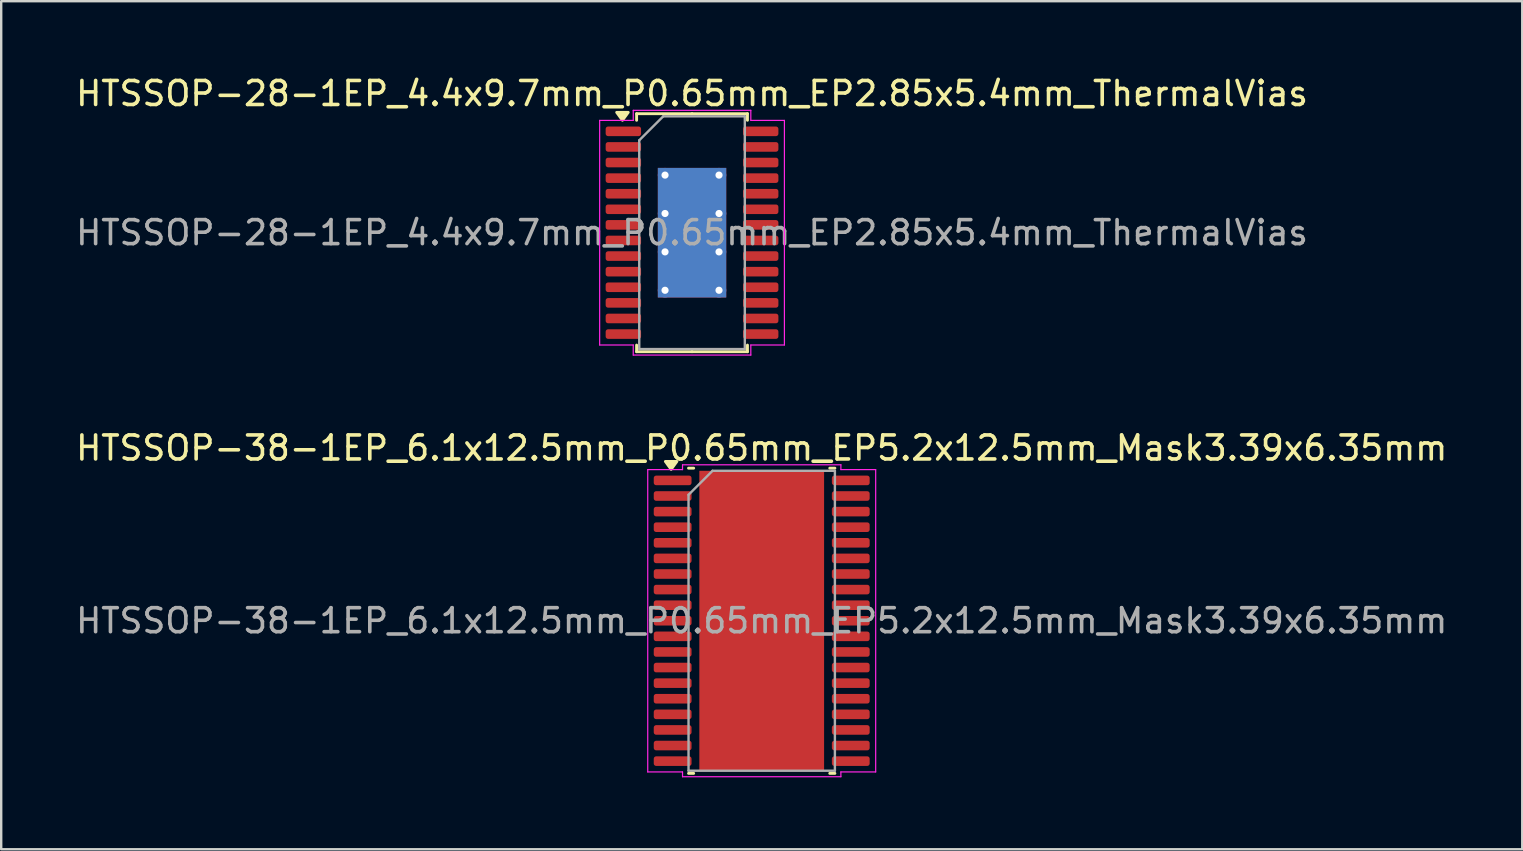
<source format=kicad_pcb>
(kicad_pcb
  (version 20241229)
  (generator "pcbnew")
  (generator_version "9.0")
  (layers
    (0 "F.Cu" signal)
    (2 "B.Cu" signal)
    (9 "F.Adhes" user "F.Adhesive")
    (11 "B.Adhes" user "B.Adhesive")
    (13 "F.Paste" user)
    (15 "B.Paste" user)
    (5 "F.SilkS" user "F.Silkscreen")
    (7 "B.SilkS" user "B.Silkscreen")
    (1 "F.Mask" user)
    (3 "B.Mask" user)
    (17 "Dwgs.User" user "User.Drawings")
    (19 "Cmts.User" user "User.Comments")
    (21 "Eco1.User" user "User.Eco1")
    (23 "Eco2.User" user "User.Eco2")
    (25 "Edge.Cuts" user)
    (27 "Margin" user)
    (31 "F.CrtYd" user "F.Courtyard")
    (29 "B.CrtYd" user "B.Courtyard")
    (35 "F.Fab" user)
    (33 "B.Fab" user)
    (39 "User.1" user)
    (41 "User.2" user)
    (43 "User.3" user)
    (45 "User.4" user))
  (footprint "HTSSOP-28-1EP_4.4x9.7mm_P0.65mm_EP2.85x5.4mm_ThermalVias"
    (layer "F.Cu")
    (at 25.792 6.648)
    (property "Reference" "HTSSOP-28-1EP_4.4x9.7mm_P0.65mm_EP2.85x5.4mm_ThermalVias" (at 0 -5.8 0) (layer "F.SilkS") (effects (font (size 1 1) (thickness 0.15))))
    (attr smd)
    (fp_line (start -2.31 -4.96) (end -2.31 -4.685) (stroke (width 0.12) (type solid)) (layer "F.SilkS"))
    (fp_line (start -2.31 4.96) (end -2.31 4.685) (stroke (width 0.12) (type solid)) (layer "F.SilkS"))
    (fp_line (start 0 -4.96) (end -2.31 -4.96) (stroke (width 0.12) (type solid)) (layer "F.SilkS"))
    (fp_line (start 0 -4.96) (end 2.31 -4.96) (stroke (width 0.12) (type solid)) (layer "F.SilkS"))
    (fp_line (start 0 4.96) (end -2.31 4.96) (stroke (width 0.12) (type solid)) (layer "F.SilkS"))
    (fp_line (start 0 4.96) (end 2.31 4.96) (stroke (width 0.12) (type solid)) (layer "F.SilkS"))
    (fp_line (start 2.31 -4.96) (end 2.31 -4.685) (stroke (width 0.12) (type solid)) (layer "F.SilkS"))
    (fp_line (start 2.31 4.96) (end 2.31 4.685) (stroke (width 0.12) (type solid)) (layer "F.SilkS"))
    (fp_poly (pts (xy -2.9 -4.685) (xy -3.14 -5.015) (xy -2.66 -5.015)) (stroke (width 0.12) (type solid)) (fill yes) (layer "F.SilkS"))
    (fp_line (start -3.85 -4.68) (end -2.45 -4.68) (stroke (width 0.05) (type solid)) (layer "F.CrtYd"))
    (fp_line (start -3.85 4.68) (end -3.85 -4.68) (stroke (width 0.05) (type solid)) (layer "F.CrtYd"))
    (fp_line (start -2.45 -5.1) (end 2.45 -5.1) (stroke (width 0.05) (type solid)) (layer "F.CrtYd"))
    (fp_line (start -2.45 -4.68) (end -2.45 -5.1) (stroke (width 0.05) (type solid)) (layer "F.CrtYd"))
    (fp_line (start -2.45 4.68) (end -3.85 4.68) (stroke (width 0.05) (type solid)) (layer "F.CrtYd"))
    (fp_line (start -2.45 5.1) (end -2.45 4.68) (stroke (width 0.05) (type solid)) (layer "F.CrtYd"))
    (fp_line (start 2.45 -5.1) (end 2.45 -4.68) (stroke (width 0.05) (type solid)) (layer "F.CrtYd"))
    (fp_line (start 2.45 -4.68) (end 3.85 -4.68) (stroke (width 0.05) (type solid)) (layer "F.CrtYd"))
    (fp_line (start 2.45 4.68) (end 2.45 5.1) (stroke (width 0.05) (type solid)) (layer "F.CrtYd"))
    (fp_line (start 2.45 5.1) (end -2.45 5.1) (stroke (width 0.05) (type solid)) (layer "F.CrtYd"))
    (fp_line (start 3.85 -4.68) (end 3.85 4.68) (stroke (width 0.05) (type solid)) (layer "F.CrtYd"))
    (fp_line (start 3.85 4.68) (end 2.45 4.68) (stroke (width 0.05) (type solid)) (layer "F.CrtYd"))
    (fp_line (start -2.2 -3.85) (end -1.2 -4.85) (stroke (width 0.1) (type solid)) (layer "F.Fab"))
    (fp_line (start -2.2 4.85) (end -2.2 -3.85) (stroke (width 0.1) (type solid)) (layer "F.Fab"))
    (fp_line (start -1.2 -4.85) (end 2.2 -4.85) (stroke (width 0.1) (type solid)) (layer "F.Fab"))
    (fp_line (start 2.2 -4.85) (end 2.2 4.85) (stroke (width 0.1) (type solid)) (layer "F.Fab"))
    (fp_line (start 2.2 4.85) (end -2.2 4.85) (stroke (width 0.1) (type solid)) (layer "F.Fab"))
    (fp_text user "${REFERENCE}" (at 0 0 0) (layer "F.Fab") (effects (font (size 1 1) (thickness 0.15))))
    (pad "" smd roundrect (at 0 -1.8) (size 2.3 1.45) (layers "F.Paste") (roundrect_rratio 0.172))
    (pad "" smd roundrect (at 0 0) (size 2.3 1.45) (layers "F.Paste") (roundrect_rratio 0.172))
    (pad "" smd roundrect (at 0 1.8) (size 2.3 1.45) (layers "F.Paste") (roundrect_rratio 0.172))
    (pad "1" smd roundrect (at -2.862 -4.225) (size 1.475 0.4) (layers "F.Cu" "F.Mask" "F.Paste") (roundrect_rratio 0.25))
    (pad "2" smd roundrect (at -2.862 -3.575) (size 1.475 0.4) (layers "F.Cu" "F.Mask" "F.Paste") (roundrect_rratio 0.25))
    (pad "3" smd roundrect (at -2.862 -2.925) (size 1.475 0.4) (layers "F.Cu" "F.Mask" "F.Paste") (roundrect_rratio 0.25))
    (pad "4" smd roundrect (at -2.862 -2.275) (size 1.475 0.4) (layers "F.Cu" "F.Mask" "F.Paste") (roundrect_rratio 0.25))
    (pad "5" smd roundrect (at -2.862 -1.625) (size 1.475 0.4) (layers "F.Cu" "F.Mask" "F.Paste") (roundrect_rratio 0.25))
    (pad "6" smd roundrect (at -2.862 -0.975) (size 1.475 0.4) (layers "F.Cu" "F.Mask" "F.Paste") (roundrect_rratio 0.25))
    (pad "7" smd roundrect (at -2.862 -0.325) (size 1.475 0.4) (layers "F.Cu" "F.Mask" "F.Paste") (roundrect_rratio 0.25))
    (pad "8" smd roundrect (at -2.862 0.325) (size 1.475 0.4) (layers "F.Cu" "F.Mask" "F.Paste") (roundrect_rratio 0.25))
    (pad "9" smd roundrect (at -2.862 0.975) (size 1.475 0.4) (layers "F.Cu" "F.Mask" "F.Paste") (roundrect_rratio 0.25))
    (pad "10" smd roundrect (at -2.862 1.625) (size 1.475 0.4) (layers "F.Cu" "F.Mask" "F.Paste") (roundrect_rratio 0.25))
    (pad "11" smd roundrect (at -2.862 2.275) (size 1.475 0.4) (layers "F.Cu" "F.Mask" "F.Paste") (roundrect_rratio 0.25))
    (pad "12" smd roundrect (at -2.862 2.925) (size 1.475 0.4) (layers "F.Cu" "F.Mask" "F.Paste") (roundrect_rratio 0.25))
    (pad "13" smd roundrect (at -2.862 3.575) (size 1.475 0.4) (layers "F.Cu" "F.Mask" "F.Paste") (roundrect_rratio 0.25))
    (pad "14" smd roundrect (at -2.862 4.225) (size 1.475 0.4) (layers "F.Cu" "F.Mask" "F.Paste") (roundrect_rratio 0.25))
    (pad "15" smd roundrect (at 2.862 4.225) (size 1.475 0.4) (layers "F.Cu" "F.Mask" "F.Paste") (roundrect_rratio 0.25))
    (pad "16" smd roundrect (at 2.862 3.575) (size 1.475 0.4) (layers "F.Cu" "F.Mask" "F.Paste") (roundrect_rratio 0.25))
    (pad "17" smd roundrect (at 2.862 2.925) (size 1.475 0.4) (layers "F.Cu" "F.Mask" "F.Paste") (roundrect_rratio 0.25))
    (pad "18" smd roundrect (at 2.862 2.275) (size 1.475 0.4) (layers "F.Cu" "F.Mask" "F.Paste") (roundrect_rratio 0.25))
    (pad "19" smd roundrect (at 2.862 1.625) (size 1.475 0.4) (layers "F.Cu" "F.Mask" "F.Paste") (roundrect_rratio 0.25))
    (pad "20" smd roundrect (at 2.862 0.975) (size 1.475 0.4) (layers "F.Cu" "F.Mask" "F.Paste") (roundrect_rratio 0.25))
    (pad "21" smd roundrect (at 2.862 0.325) (size 1.475 0.4) (layers "F.Cu" "F.Mask" "F.Paste") (roundrect_rratio 0.25))
    (pad "22" smd roundrect (at 2.862 -0.325) (size 1.475 0.4) (layers "F.Cu" "F.Mask" "F.Paste") (roundrect_rratio 0.25))
    (pad "23" smd roundrect (at 2.862 -0.975) (size 1.475 0.4) (layers "F.Cu" "F.Mask" "F.Paste") (roundrect_rratio 0.25))
    (pad "24" smd roundrect (at 2.862 -1.625) (size 1.475 0.4) (layers "F.Cu" "F.Mask" "F.Paste") (roundrect_rratio 0.25))
    (pad "25" smd roundrect (at 2.862 -2.275) (size 1.475 0.4) (layers "F.Cu" "F.Mask" "F.Paste") (roundrect_rratio 0.25))
    (pad "26" smd roundrect (at 2.862 -2.925) (size 1.475 0.4) (layers "F.Cu" "F.Mask" "F.Paste") (roundrect_rratio 0.25))
    (pad "27" smd roundrect (at 2.862 -3.575) (size 1.475 0.4) (layers "F.Cu" "F.Mask" "F.Paste") (roundrect_rratio 0.25))
    (pad "28" smd roundrect (at 2.862 -4.225) (size 1.475 0.4) (layers "F.Cu" "F.Mask" "F.Paste") (roundrect_rratio 0.25))
    (pad "29" thru_hole circle (at -1.125 -2.4) (size 0.6 0.6) (drill 0.3) (property pad_prop_heatsink) (layers "*.Cu"))
    (pad "29" thru_hole circle (at -1.125 -0.8) (size 0.6 0.6) (drill 0.3) (property pad_prop_heatsink) (layers "*.Cu"))
    (pad "29" thru_hole circle (at -1.125 0.8) (size 0.6 0.6) (drill 0.3) (property pad_prop_heatsink) (layers "*.Cu"))
    (pad "29" thru_hole circle (at -1.125 2.4) (size 0.6 0.6) (drill 0.3) (property pad_prop_heatsink) (layers "*.Cu"))
    (pad "29" smd rect (at 0 0) (size 2.85 5.4) (property pad_prop_heatsink) (layers "F.Cu" "F.Mask"))
    (pad "29" smd rect (at 0 0) (size 2.85 5.4) (property pad_prop_heatsink) (layers "B.Cu"))
    (pad "29" thru_hole circle (at 1.125 -2.4) (size 0.6 0.6) (drill 0.3) (property pad_prop_heatsink) (layers "*.Cu"))
    (pad "29" thru_hole circle (at 1.125 -0.8) (size 0.6 0.6) (drill 0.3) (property pad_prop_heatsink) (layers "*.Cu"))
    (pad "29" thru_hole circle (at 1.125 0.8) (size 0.6 0.6) (drill 0.3) (property pad_prop_heatsink) (layers "*.Cu"))
    (pad "29" thru_hole circle (at 1.125 2.4) (size 0.6 0.6) (drill 0.3) (property pad_prop_heatsink) (layers "*.Cu")))
  (footprint "HTSSOP-38-1EP_6.1x12.5mm_P0.65mm_EP5.2x12.5mm_Mask3.39x6.35mm"
    (layer "F.Cu")
    (at 28.696 22.822)
    (property "Reference" "HTSSOP-38-1EP_6.1x12.5mm_P0.65mm_EP5.2x12.5mm_Mask3.39x6.35mm" (at 0 -7.2 0) (layer "F.SilkS") (effects (font (size 1 1) (thickness 0.15))))
    (attr smd)
    (fp_line (start -2.836 -6.36) (end -3.05 -6.36) (stroke (width 0.12) (type solid)) (layer "F.SilkS"))
    (fp_line (start -2.836 6.36) (end -3.05 6.36) (stroke (width 0.12) (type solid)) (layer "F.SilkS"))
    (fp_line (start 2.836 -6.36) (end 3.05 -6.36) (stroke (width 0.12) (type solid)) (layer "F.SilkS"))
    (fp_line (start 2.836 6.36) (end 3.05 6.36) (stroke (width 0.12) (type solid)) (layer "F.SilkS"))
    (fp_poly (pts (xy -3.775 -6.31) (xy -4.015 -6.64) (xy -3.535 -6.64)) (stroke (width 0.12) (type solid)) (fill yes) (layer "F.SilkS"))
    (fp_line (start -4.75 -6.3) (end -3.3 -6.3) (stroke (width 0.05) (type solid)) (layer "F.CrtYd"))
    (fp_line (start -4.75 6.3) (end -4.75 -6.3) (stroke (width 0.05) (type solid)) (layer "F.CrtYd"))
    (fp_line (start -3.3 -6.5) (end 3.3 -6.5) (stroke (width 0.05) (type solid)) (layer "F.CrtYd"))
    (fp_line (start -3.3 -6.3) (end -3.3 -6.5) (stroke (width 0.05) (type solid)) (layer "F.CrtYd"))
    (fp_line (start -3.3 6.3) (end -4.75 6.3) (stroke (width 0.05) (type solid)) (layer "F.CrtYd"))
    (fp_line (start -3.3 6.5) (end -3.3 6.3) (stroke (width 0.05) (type solid)) (layer "F.CrtYd"))
    (fp_line (start 3.3 -6.5) (end 3.3 -6.3) (stroke (width 0.05) (type solid)) (layer "F.CrtYd"))
    (fp_line (start 3.3 -6.3) (end 4.75 -6.3) (stroke (width 0.05) (type solid)) (layer "F.CrtYd"))
    (fp_line (start 3.3 6.3) (end 3.3 6.5) (stroke (width 0.05) (type solid)) (layer "F.CrtYd"))
    (fp_line (start 3.3 6.5) (end -3.3 6.5) (stroke (width 0.05) (type solid)) (layer "F.CrtYd"))
    (fp_line (start 4.75 -6.3) (end 4.75 6.3) (stroke (width 0.05) (type solid)) (layer "F.CrtYd"))
    (fp_line (start 4.75 6.3) (end 3.3 6.3) (stroke (width 0.05) (type solid)) (layer "F.CrtYd"))
    (fp_line (start -3.05 -5.25) (end -2.05 -6.25) (stroke (width 0.1) (type solid)) (layer "F.Fab"))
    (fp_line (start -3.05 6.25) (end -3.05 -5.25) (stroke (width 0.1) (type solid)) (layer "F.Fab"))
    (fp_line (start -2.05 -6.25) (end 3.05 -6.25) (stroke (width 0.1) (type solid)) (layer "F.Fab"))
    (fp_line (start 3.05 -6.25) (end 3.05 6.25) (stroke (width 0.1) (type solid)) (layer "F.Fab"))
    (fp_line (start 3.05 6.25) (end -3.05 6.25) (stroke (width 0.1) (type solid)) (layer "F.Fab"))
    (fp_text user "${REFERENCE}" (at 0 0 0) (layer "F.Fab") (effects (font (size 1 1) (thickness 0.15))))
    (pad "" smd roundrect (at -0.85 -2.12) (size 1.37 1.71) (layers "F.Paste") (roundrect_rratio 0.182))
    (pad "" smd roundrect (at -0.85 0) (size 1.37 1.71) (layers "F.Paste") (roundrect_rratio 0.182))
    (pad "" smd roundrect (at -0.85 2.12) (size 1.37 1.71) (layers "F.Paste") (roundrect_rratio 0.182))
    (pad "" smd rect (at 0 0) (size 3.39 6.35) (layers "F.Mask"))
    (pad "" smd roundrect (at 0.85 -2.12) (size 1.37 1.71) (layers "F.Paste") (roundrect_rratio 0.182))
    (pad "" smd roundrect (at 0.85 0) (size 1.37 1.71) (layers "F.Paste") (roundrect_rratio 0.182))
    (pad "" smd roundrect (at 0.85 2.12) (size 1.37 1.71) (layers "F.Paste") (roundrect_rratio 0.182))
    (pad "1" smd roundrect (at -3.712 -5.85) (size 1.575 0.4) (layers "F.Cu" "F.Mask" "F.Paste") (roundrect_rratio 0.25))
    (pad "2" smd roundrect (at -3.712 -5.2) (size 1.575 0.4) (layers "F.Cu" "F.Mask" "F.Paste") (roundrect_rratio 0.25))
    (pad "3" smd roundrect (at -3.712 -4.55) (size 1.575 0.4) (layers "F.Cu" "F.Mask" "F.Paste") (roundrect_rratio 0.25))
    (pad "4" smd roundrect (at -3.712 -3.9) (size 1.575 0.4) (layers "F.Cu" "F.Mask" "F.Paste") (roundrect_rratio 0.25))
    (pad "5" smd roundrect (at -3.712 -3.25) (size 1.575 0.4) (layers "F.Cu" "F.Mask" "F.Paste") (roundrect_rratio 0.25))
    (pad "6" smd roundrect (at -3.712 -2.6) (size 1.575 0.4) (layers "F.Cu" "F.Mask" "F.Paste") (roundrect_rratio 0.25))
    (pad "7" smd roundrect (at -3.712 -1.95) (size 1.575 0.4) (layers "F.Cu" "F.Mask" "F.Paste") (roundrect_rratio 0.25))
    (pad "8" smd roundrect (at -3.712 -1.3) (size 1.575 0.4) (layers "F.Cu" "F.Mask" "F.Paste") (roundrect_rratio 0.25))
    (pad "9" smd roundrect (at -3.712 -0.65) (size 1.575 0.4) (layers "F.Cu" "F.Mask" "F.Paste") (roundrect_rratio 0.25))
    (pad "10" smd roundrect (at -3.712 0) (size 1.575 0.4) (layers "F.Cu" "F.Mask" "F.Paste") (roundrect_rratio 0.25))
    (pad "11" smd roundrect (at -3.712 0.65) (size 1.575 0.4) (layers "F.Cu" "F.Mask" "F.Paste") (roundrect_rratio 0.25))
    (pad "12" smd roundrect (at -3.712 1.3) (size 1.575 0.4) (layers "F.Cu" "F.Mask" "F.Paste") (roundrect_rratio 0.25))
    (pad "13" smd roundrect (at -3.712 1.95) (size 1.575 0.4) (layers "F.Cu" "F.Mask" "F.Paste") (roundrect_rratio 0.25))
    (pad "14" smd roundrect (at -3.712 2.6) (size 1.575 0.4) (layers "F.Cu" "F.Mask" "F.Paste") (roundrect_rratio 0.25))
    (pad "15" smd roundrect (at -3.712 3.25) (size 1.575 0.4) (layers "F.Cu" "F.Mask" "F.Paste") (roundrect_rratio 0.25))
    (pad "16" smd roundrect (at -3.712 3.9) (size 1.575 0.4) (layers "F.Cu" "F.Mask" "F.Paste") (roundrect_rratio 0.25))
    (pad "17" smd roundrect (at -3.712 4.55) (size 1.575 0.4) (layers "F.Cu" "F.Mask" "F.Paste") (roundrect_rratio 0.25))
    (pad "18" smd roundrect (at -3.712 5.2) (size 1.575 0.4) (layers "F.Cu" "F.Mask" "F.Paste") (roundrect_rratio 0.25))
    (pad "19" smd roundrect (at -3.712 5.85) (size 1.575 0.4) (layers "F.Cu" "F.Mask" "F.Paste") (roundrect_rratio 0.25))
    (pad "20" smd roundrect (at 3.712 5.85) (size 1.575 0.4) (layers "F.Cu" "F.Mask" "F.Paste") (roundrect_rratio 0.25))
    (pad "21" smd roundrect (at 3.712 5.2) (size 1.575 0.4) (layers "F.Cu" "F.Mask" "F.Paste") (roundrect_rratio 0.25))
    (pad "22" smd roundrect (at 3.712 4.55) (size 1.575 0.4) (layers "F.Cu" "F.Mask" "F.Paste") (roundrect_rratio 0.25))
    (pad "23" smd roundrect (at 3.712 3.9) (size 1.575 0.4) (layers "F.Cu" "F.Mask" "F.Paste") (roundrect_rratio 0.25))
    (pad "24" smd roundrect (at 3.712 3.25) (size 1.575 0.4) (layers "F.Cu" "F.Mask" "F.Paste") (roundrect_rratio 0.25))
    (pad "25" smd roundrect (at 3.712 2.6) (size 1.575 0.4) (layers "F.Cu" "F.Mask" "F.Paste") (roundrect_rratio 0.25))
    (pad "26" smd roundrect (at 3.712 1.95) (size 1.575 0.4) (layers "F.Cu" "F.Mask" "F.Paste") (roundrect_rratio 0.25))
    (pad "27" smd roundrect (at 3.712 1.3) (size 1.575 0.4) (layers "F.Cu" "F.Mask" "F.Paste") (roundrect_rratio 0.25))
    (pad "28" smd roundrect (at 3.712 0.65) (size 1.575 0.4) (layers "F.Cu" "F.Mask" "F.Paste") (roundrect_rratio 0.25))
    (pad "29" smd roundrect (at 3.712 0) (size 1.575 0.4) (layers "F.Cu" "F.Mask" "F.Paste") (roundrect_rratio 0.25))
    (pad "30" smd roundrect (at 3.712 -0.65) (size 1.575 0.4) (layers "F.Cu" "F.Mask" "F.Paste") (roundrect_rratio 0.25))
    (pad "31" smd roundrect (at 3.712 -1.3) (size 1.575 0.4) (layers "F.Cu" "F.Mask" "F.Paste") (roundrect_rratio 0.25))
    (pad "32" smd roundrect (at 3.712 -1.95) (size 1.575 0.4) (layers "F.Cu" "F.Mask" "F.Paste") (roundrect_rratio 0.25))
    (pad "33" smd roundrect (at 3.712 -2.6) (size 1.575 0.4) (layers "F.Cu" "F.Mask" "F.Paste") (roundrect_rratio 0.25))
    (pad "34" smd roundrect (at 3.712 -3.25) (size 1.575 0.4) (layers "F.Cu" "F.Mask" "F.Paste") (roundrect_rratio 0.25))
    (pad "35" smd roundrect (at 3.712 -3.9) (size 1.575 0.4) (layers "F.Cu" "F.Mask" "F.Paste") (roundrect_rratio 0.25))
    (pad "36" smd roundrect (at 3.712 -4.55) (size 1.575 0.4) (layers "F.Cu" "F.Mask" "F.Paste") (roundrect_rratio 0.25))
    (pad "37" smd roundrect (at 3.712 -5.2) (size 1.575 0.4) (layers "F.Cu" "F.Mask" "F.Paste") (roundrect_rratio 0.25))
    (pad "38" smd roundrect (at 3.712 -5.85) (size 1.575 0.4) (layers "F.Cu" "F.Mask" "F.Paste") (roundrect_rratio 0.25))
    (pad "39" smd rect (at 0 0) (size 5.2 12.5) (property pad_prop_heatsink) (layers "F.Cu")))
  (gr_rect
    (start -3 -3)
    (end 60.393 32.346)
    (stroke (width 0.1) (type default))
    (fill no)
    (layer "Edge.Cuts")))
</source>
